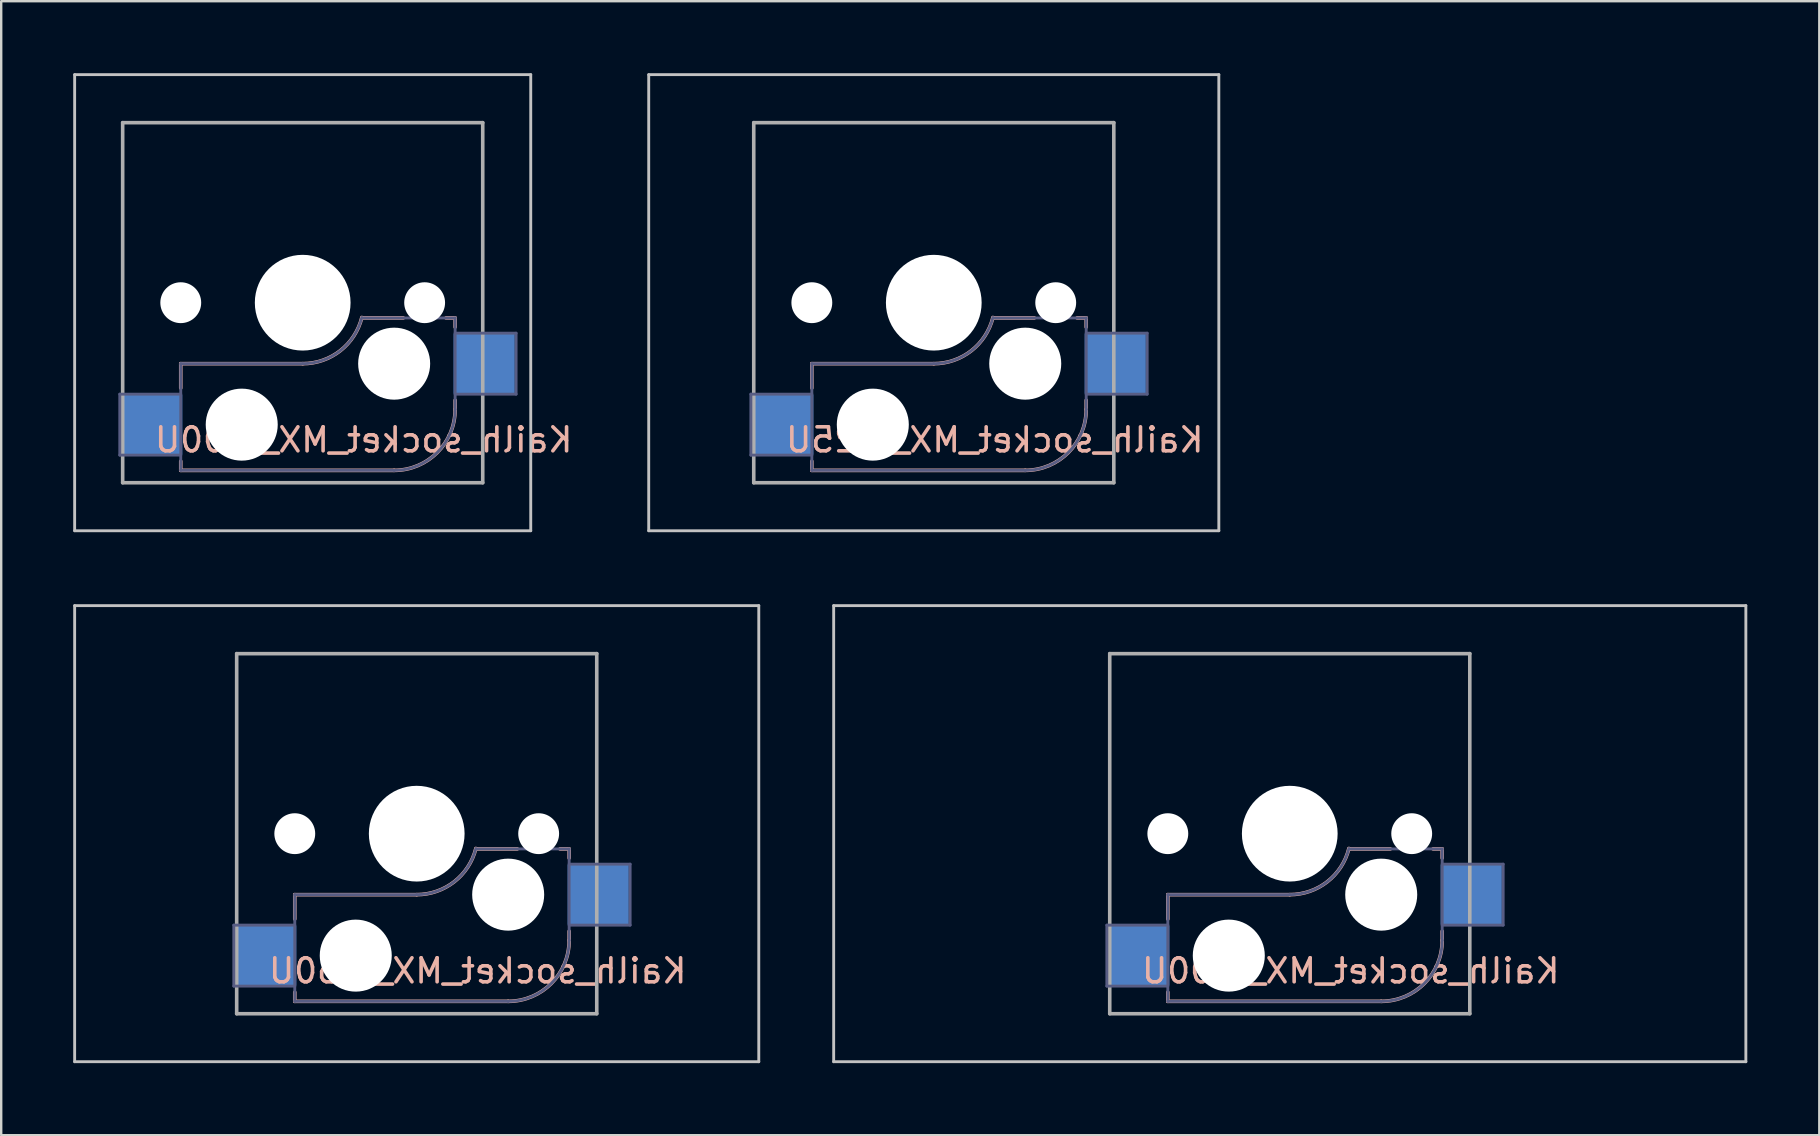
<source format=kicad_pcb>
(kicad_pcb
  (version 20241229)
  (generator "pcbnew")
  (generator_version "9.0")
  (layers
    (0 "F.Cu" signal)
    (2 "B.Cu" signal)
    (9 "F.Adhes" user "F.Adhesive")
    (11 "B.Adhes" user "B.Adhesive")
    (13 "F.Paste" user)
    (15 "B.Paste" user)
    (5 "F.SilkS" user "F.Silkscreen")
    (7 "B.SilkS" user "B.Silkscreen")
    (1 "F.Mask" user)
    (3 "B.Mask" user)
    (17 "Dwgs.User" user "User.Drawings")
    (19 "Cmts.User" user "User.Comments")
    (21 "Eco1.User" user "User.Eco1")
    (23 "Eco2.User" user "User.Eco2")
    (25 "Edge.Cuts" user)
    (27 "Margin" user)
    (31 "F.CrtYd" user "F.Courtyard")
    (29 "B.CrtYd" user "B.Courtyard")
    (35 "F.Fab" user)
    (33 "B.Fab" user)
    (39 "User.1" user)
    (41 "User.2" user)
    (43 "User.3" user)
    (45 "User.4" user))
  (footprint "Kailh_socket_MX_1.50U"
    (layer "F.Cu")
    (at 14.31 31.68)
    (property "Reference" "Kailh_socket_MX_1.50U" (at 2.54 5.715 180) (layer "B.SilkS") (effects (font (size 1 1) (thickness 0.15)) (justify mirror)))
    (attr smd)
    (fp_line (start -5.08 2.54) (end 0 2.54) (stroke (width 0.15) (type solid)) (layer "B.SilkS"))
    (fp_line (start -5.08 3.556) (end -5.08 2.54) (stroke (width 0.15) (type solid)) (layer "B.SilkS"))
    (fp_line (start -5.08 6.985) (end -5.08 6.604) (stroke (width 0.15) (type solid)) (layer "B.SilkS"))
    (fp_line (start 2.464 0.635) (end 4.191 0.635) (stroke (width 0.15) (type solid)) (layer "B.SilkS"))
    (fp_line (start 3.81 6.985) (end -5.08 6.985) (stroke (width 0.15) (type solid)) (layer "B.SilkS"))
    (fp_line (start 5.969 0.635) (end 6.35 0.635) (stroke (width 0.15) (type solid)) (layer "B.SilkS"))
    (fp_line (start 6.35 1.016) (end 6.35 0.635) (stroke (width 0.15) (type solid)) (layer "B.SilkS"))
    (fp_line (start 6.35 4.445) (end 6.35 4.064) (stroke (width 0.15) (type solid)) (layer "B.SilkS"))
    (fp_arc (start 2.464162 0.61604) (mid 1.563147 2.002042) (end 0 2.54) (stroke (width 0.15) (type solid)) (layer "B.SilkS"))
    (fp_arc (start 6.35 4.445) (mid 5.606051 6.241051) (end 3.81 6.985) (stroke (width 0.15) (type solid)) (layer "B.SilkS"))
    (fp_line (start -14.25 -9.5) (end -14.25 9.5) (stroke (width 0.12) (type solid)) (layer "Dwgs.User"))
    (fp_line (start -14.25 -9.5) (end 14.25 -9.5) (stroke (width 0.12) (type solid)) (layer "Dwgs.User"))
    (fp_line (start -14.25 9.5) (end 14.25 9.5) (stroke (width 0.12) (type solid)) (layer "Dwgs.User"))
    (fp_line (start 14.25 -9.5) (end 14.25 9.5) (stroke (width 0.12) (type solid)) (layer "Dwgs.User"))
    (fp_line (start -6.9 6.9) (end -6.9 -6.9) (stroke (width 0.15) (type solid)) (layer "Eco2.User"))
    (fp_line (start -6.9 6.9) (end 6.9 6.9) (stroke (width 0.15) (type solid)) (layer "Eco2.User"))
    (fp_line (start 6.9 -6.9) (end -6.9 -6.9) (stroke (width 0.15) (type solid)) (layer "Eco2.User"))
    (fp_line (start 6.9 -6.9) (end 6.9 6.9) (stroke (width 0.15) (type solid)) (layer "Eco2.User"))
    (fp_line (start -7.62 3.81) (end -5.08 3.81) (stroke (width 0.12) (type solid)) (layer "B.Fab"))
    (fp_line (start -7.62 6.35) (end -7.62 3.81) (stroke (width 0.12) (type solid)) (layer "B.Fab"))
    (fp_line (start -5.08 2.54) (end 0 2.54) (stroke (width 0.12) (type solid)) (layer "B.Fab"))
    (fp_line (start -5.08 6.35) (end -7.62 6.35) (stroke (width 0.12) (type solid)) (layer "B.Fab"))
    (fp_line (start -5.08 6.985) (end -5.08 2.54) (stroke (width 0.12) (type solid)) (layer "B.Fab"))
    (fp_line (start 3.81 6.985) (end -5.08 6.985) (stroke (width 0.12) (type solid)) (layer "B.Fab"))
    (fp_line (start 6.35 0.635) (end 2.54 0.635) (stroke (width 0.12) (type solid)) (layer "B.Fab"))
    (fp_line (start 6.35 0.635) (end 6.35 4.445) (stroke (width 0.12) (type solid)) (layer "B.Fab"))
    (fp_line (start 6.35 1.27) (end 8.89 1.27) (stroke (width 0.12) (type solid)) (layer "B.Fab"))
    (fp_line (start 8.89 1.27) (end 8.89 3.81) (stroke (width 0.12) (type solid)) (layer "B.Fab"))
    (fp_line (start 8.89 3.81) (end 6.35 3.81) (stroke (width 0.12) (type solid)) (layer "B.Fab"))
    (fp_arc (start 2.464162 0.61604) (mid 1.563147 2.002042) (end 0 2.54) (stroke (width 0.12) (type solid)) (layer "B.Fab"))
    (fp_arc (start 6.35 4.445) (mid 5.606051 6.241051) (end 3.81 6.985) (stroke (width 0.12) (type solid)) (layer "B.Fab"))
    (fp_line (start -7.5 -7.5) (end 7.5 -7.5) (stroke (width 0.15) (type solid)) (layer "F.Fab"))
    (fp_line (start -7.5 7.5) (end -7.5 -7.5) (stroke (width 0.15) (type solid)) (layer "F.Fab"))
    (fp_line (start 7.5 -7.5) (end 7.5 7.5) (stroke (width 0.15) (type solid)) (layer "F.Fab"))
    (fp_line (start 7.5 7.5) (end -7.5 7.5) (stroke (width 0.15) (type solid)) (layer "F.Fab"))
    (pad "" np_thru_hole circle (at -5.08 0 180) (size 1.702 1.702) (drill 1.702) (layers "*.Cu" "*.Mask"))
    (pad "" np_thru_hole circle (at -2.54 5.08 180) (size 3 3) (drill 3) (layers "*.Cu" "*.Mask"))
    (pad "" np_thru_hole circle (at 0 0 180) (size 3.988 3.988) (drill 3.988) (layers "*.Cu" "*.Mask"))
    (pad "" np_thru_hole circle (at 3.81 2.54 180) (size 3 3) (drill 3) (layers "*.Cu" "*.Mask"))
    (pad "" np_thru_hole circle (at 5.08 0 180) (size 1.702 1.702) (drill 1.702) (layers "*.Cu" "*.Mask"))
    (pad "1" smd rect (at -6.29 5.08 180) (size 2.55 2.5) (layers "B.Cu" "B.Mask" "B.Paste"))
    (pad "2" smd rect (at 7.56 2.54 180) (size 2.55 2.5) (layers "B.Cu" "B.Mask" "B.Paste")))
  (footprint "Kailh_socket_MX_2.00U"
    (layer "F.Cu")
    (at 50.68 31.68)
    (property "Reference" "Kailh_socket_MX_2.00U" (at 2.54 5.715 180) (layer "B.SilkS") (effects (font (size 1 1) (thickness 0.15)) (justify mirror)))
    (attr smd)
    (fp_line (start -5.08 2.54) (end 0 2.54) (stroke (width 0.15) (type solid)) (layer "B.SilkS"))
    (fp_line (start -5.08 3.556) (end -5.08 2.54) (stroke (width 0.15) (type solid)) (layer "B.SilkS"))
    (fp_line (start -5.08 6.985) (end -5.08 6.604) (stroke (width 0.15) (type solid)) (layer "B.SilkS"))
    (fp_line (start 2.464 0.635) (end 4.191 0.635) (stroke (width 0.15) (type solid)) (layer "B.SilkS"))
    (fp_line (start 3.81 6.985) (end -5.08 6.985) (stroke (width 0.15) (type solid)) (layer "B.SilkS"))
    (fp_line (start 5.969 0.635) (end 6.35 0.635) (stroke (width 0.15) (type solid)) (layer "B.SilkS"))
    (fp_line (start 6.35 1.016) (end 6.35 0.635) (stroke (width 0.15) (type solid)) (layer "B.SilkS"))
    (fp_line (start 6.35 4.445) (end 6.35 4.064) (stroke (width 0.15) (type solid)) (layer "B.SilkS"))
    (fp_arc (start 2.464162 0.61604) (mid 1.563147 2.002042) (end 0 2.54) (stroke (width 0.15) (type solid)) (layer "B.SilkS"))
    (fp_arc (start 6.35 4.445) (mid 5.606051 6.241051) (end 3.81 6.985) (stroke (width 0.15) (type solid)) (layer "B.SilkS"))
    (fp_line (start -19 -9.5) (end -19 9.5) (stroke (width 0.12) (type solid)) (layer "Dwgs.User"))
    (fp_line (start -19 -9.5) (end 19 -9.5) (stroke (width 0.12) (type solid)) (layer "Dwgs.User"))
    (fp_line (start -19 9.5) (end 19 9.5) (stroke (width 0.12) (type solid)) (layer "Dwgs.User"))
    (fp_line (start 19 -9.5) (end 19 9.5) (stroke (width 0.12) (type solid)) (layer "Dwgs.User"))
    (fp_line (start -6.9 6.9) (end -6.9 -6.9) (stroke (width 0.15) (type solid)) (layer "Eco2.User"))
    (fp_line (start -6.9 6.9) (end 6.9 6.9) (stroke (width 0.15) (type solid)) (layer "Eco2.User"))
    (fp_line (start 6.9 -6.9) (end -6.9 -6.9) (stroke (width 0.15) (type solid)) (layer "Eco2.User"))
    (fp_line (start 6.9 -6.9) (end 6.9 6.9) (stroke (width 0.15) (type solid)) (layer "Eco2.User"))
    (fp_line (start -7.62 3.81) (end -5.08 3.81) (stroke (width 0.12) (type solid)) (layer "B.Fab"))
    (fp_line (start -7.62 6.35) (end -7.62 3.81) (stroke (width 0.12) (type solid)) (layer "B.Fab"))
    (fp_line (start -5.08 2.54) (end 0 2.54) (stroke (width 0.12) (type solid)) (layer "B.Fab"))
    (fp_line (start -5.08 6.35) (end -7.62 6.35) (stroke (width 0.12) (type solid)) (layer "B.Fab"))
    (fp_line (start -5.08 6.985) (end -5.08 2.54) (stroke (width 0.12) (type solid)) (layer "B.Fab"))
    (fp_line (start 3.81 6.985) (end -5.08 6.985) (stroke (width 0.12) (type solid)) (layer "B.Fab"))
    (fp_line (start 6.35 0.635) (end 2.54 0.635) (stroke (width 0.12) (type solid)) (layer "B.Fab"))
    (fp_line (start 6.35 0.635) (end 6.35 4.445) (stroke (width 0.12) (type solid)) (layer "B.Fab"))
    (fp_line (start 6.35 1.27) (end 8.89 1.27) (stroke (width 0.12) (type solid)) (layer "B.Fab"))
    (fp_line (start 8.89 1.27) (end 8.89 3.81) (stroke (width 0.12) (type solid)) (layer "B.Fab"))
    (fp_line (start 8.89 3.81) (end 6.35 3.81) (stroke (width 0.12) (type solid)) (layer "B.Fab"))
    (fp_arc (start 2.464162 0.61604) (mid 1.563147 2.002042) (end 0 2.54) (stroke (width 0.12) (type solid)) (layer "B.Fab"))
    (fp_arc (start 6.35 4.445) (mid 5.606051 6.241051) (end 3.81 6.985) (stroke (width 0.12) (type solid)) (layer "B.Fab"))
    (fp_line (start -7.5 -7.5) (end 7.5 -7.5) (stroke (width 0.15) (type solid)) (layer "F.Fab"))
    (fp_line (start -7.5 7.5) (end -7.5 -7.5) (stroke (width 0.15) (type solid)) (layer "F.Fab"))
    (fp_line (start 7.5 -7.5) (end 7.5 7.5) (stroke (width 0.15) (type solid)) (layer "F.Fab"))
    (fp_line (start 7.5 7.5) (end -7.5 7.5) (stroke (width 0.15) (type solid)) (layer "F.Fab"))
    (pad "" np_thru_hole circle (at -5.08 0 180) (size 1.702 1.702) (drill 1.702) (layers "*.Cu" "*.Mask"))
    (pad "" np_thru_hole circle (at -2.54 5.08 180) (size 3 3) (drill 3) (layers "*.Cu" "*.Mask"))
    (pad "" np_thru_hole circle (at 0 0 180) (size 3.988 3.988) (drill 3.988) (layers "*.Cu" "*.Mask"))
    (pad "" np_thru_hole circle (at 3.81 2.54 180) (size 3 3) (drill 3) (layers "*.Cu" "*.Mask"))
    (pad "" np_thru_hole circle (at 5.08 0 180) (size 1.702 1.702) (drill 1.702) (layers "*.Cu" "*.Mask"))
    (pad "1" smd rect (at -6.29 5.08 180) (size 2.55 2.5) (layers "B.Cu" "B.Mask" "B.Paste"))
    (pad "2" smd rect (at 7.56 2.54 180) (size 2.55 2.5) (layers "B.Cu" "B.Mask" "B.Paste")))
  (footprint "Kailh_socket_MX_1.25U"
    (layer "F.Cu")
    (at 35.85 9.56)
    (property "Reference" "Kailh_socket_MX_1.25U" (at 2.54 5.715 180) (layer "B.SilkS") (effects (font (size 1 1) (thickness 0.15)) (justify mirror)))
    (attr smd)
    (fp_line (start -5.08 2.54) (end 0 2.54) (stroke (width 0.15) (type solid)) (layer "B.SilkS"))
    (fp_line (start -5.08 3.556) (end -5.08 2.54) (stroke (width 0.15) (type solid)) (layer "B.SilkS"))
    (fp_line (start -5.08 6.985) (end -5.08 6.604) (stroke (width 0.15) (type solid)) (layer "B.SilkS"))
    (fp_line (start 2.464 0.635) (end 4.191 0.635) (stroke (width 0.15) (type solid)) (layer "B.SilkS"))
    (fp_line (start 3.81 6.985) (end -5.08 6.985) (stroke (width 0.15) (type solid)) (layer "B.SilkS"))
    (fp_line (start 5.969 0.635) (end 6.35 0.635) (stroke (width 0.15) (type solid)) (layer "B.SilkS"))
    (fp_line (start 6.35 1.016) (end 6.35 0.635) (stroke (width 0.15) (type solid)) (layer "B.SilkS"))
    (fp_line (start 6.35 4.445) (end 6.35 4.064) (stroke (width 0.15) (type solid)) (layer "B.SilkS"))
    (fp_arc (start 2.464162 0.61604) (mid 1.563147 2.002042) (end 0 2.54) (stroke (width 0.15) (type solid)) (layer "B.SilkS"))
    (fp_arc (start 6.35 4.445) (mid 5.606051 6.241051) (end 3.81 6.985) (stroke (width 0.15) (type solid)) (layer "B.SilkS"))
    (fp_line (start -11.875 -9.5) (end -11.875 9.5) (stroke (width 0.12) (type solid)) (layer "Dwgs.User"))
    (fp_line (start -11.875 -9.5) (end 11.875 -9.5) (stroke (width 0.12) (type solid)) (layer "Dwgs.User"))
    (fp_line (start -11.875 9.5) (end 11.875 9.5) (stroke (width 0.12) (type solid)) (layer "Dwgs.User"))
    (fp_line (start 11.875 -9.5) (end 11.875 9.5) (stroke (width 0.12) (type solid)) (layer "Dwgs.User"))
    (fp_line (start -6.9 6.9) (end -6.9 -6.9) (stroke (width 0.15) (type solid)) (layer "Eco2.User"))
    (fp_line (start -6.9 6.9) (end 6.9 6.9) (stroke (width 0.15) (type solid)) (layer "Eco2.User"))
    (fp_line (start 6.9 -6.9) (end -6.9 -6.9) (stroke (width 0.15) (type solid)) (layer "Eco2.User"))
    (fp_line (start 6.9 -6.9) (end 6.9 6.9) (stroke (width 0.15) (type solid)) (layer "Eco2.User"))
    (fp_line (start -7.62 3.81) (end -5.08 3.81) (stroke (width 0.12) (type solid)) (layer "B.Fab"))
    (fp_line (start -7.62 6.35) (end -7.62 3.81) (stroke (width 0.12) (type solid)) (layer "B.Fab"))
    (fp_line (start -5.08 2.54) (end 0 2.54) (stroke (width 0.12) (type solid)) (layer "B.Fab"))
    (fp_line (start -5.08 6.35) (end -7.62 6.35) (stroke (width 0.12) (type solid)) (layer "B.Fab"))
    (fp_line (start -5.08 6.985) (end -5.08 2.54) (stroke (width 0.12) (type solid)) (layer "B.Fab"))
    (fp_line (start 3.81 6.985) (end -5.08 6.985) (stroke (width 0.12) (type solid)) (layer "B.Fab"))
    (fp_line (start 6.35 0.635) (end 2.54 0.635) (stroke (width 0.12) (type solid)) (layer "B.Fab"))
    (fp_line (start 6.35 0.635) (end 6.35 4.445) (stroke (width 0.12) (type solid)) (layer "B.Fab"))
    (fp_line (start 6.35 1.27) (end 8.89 1.27) (stroke (width 0.12) (type solid)) (layer "B.Fab"))
    (fp_line (start 8.89 1.27) (end 8.89 3.81) (stroke (width 0.12) (type solid)) (layer "B.Fab"))
    (fp_line (start 8.89 3.81) (end 6.35 3.81) (stroke (width 0.12) (type solid)) (layer "B.Fab"))
    (fp_arc (start 2.464162 0.61604) (mid 1.563147 2.002042) (end 0 2.54) (stroke (width 0.12) (type solid)) (layer "B.Fab"))
    (fp_arc (start 6.35 4.445) (mid 5.606051 6.241051) (end 3.81 6.985) (stroke (width 0.12) (type solid)) (layer "B.Fab"))
    (fp_line (start -7.5 -7.5) (end 7.5 -7.5) (stroke (width 0.15) (type solid)) (layer "F.Fab"))
    (fp_line (start -7.5 7.5) (end -7.5 -7.5) (stroke (width 0.15) (type solid)) (layer "F.Fab"))
    (fp_line (start 7.5 -7.5) (end 7.5 7.5) (stroke (width 0.15) (type solid)) (layer "F.Fab"))
    (fp_line (start 7.5 7.5) (end -7.5 7.5) (stroke (width 0.15) (type solid)) (layer "F.Fab"))
    (pad "" np_thru_hole circle (at -5.08 0 180) (size 1.702 1.702) (drill 1.702) (layers "*.Cu" "*.Mask"))
    (pad "" np_thru_hole circle (at -2.54 5.08 180) (size 3 3) (drill 3) (layers "*.Cu" "*.Mask"))
    (pad "" np_thru_hole circle (at 0 0 180) (size 3.988 3.988) (drill 3.988) (layers "*.Cu" "*.Mask"))
    (pad "" np_thru_hole circle (at 3.81 2.54 180) (size 3 3) (drill 3) (layers "*.Cu" "*.Mask"))
    (pad "" np_thru_hole circle (at 5.08 0 180) (size 1.702 1.702) (drill 1.702) (layers "*.Cu" "*.Mask"))
    (pad "1" smd rect (at -6.29 5.08 180) (size 2.55 2.5) (layers "B.Cu" "B.Mask" "B.Paste"))
    (pad "2" smd rect (at 7.56 2.54 180) (size 2.55 2.5) (layers "B.Cu" "B.Mask" "B.Paste")))
  (footprint "Kailh_socket_MX_1.00U"
    (layer "F.Cu")
    (at 9.56 9.56)
    (property "Reference" "Kailh_socket_MX_1.00U" (at 2.54 5.715 180) (layer "B.SilkS") (effects (font (size 1 1) (thickness 0.15)) (justify mirror)))
    (attr smd)
    (fp_line (start -5.08 2.54) (end 0 2.54) (stroke (width 0.15) (type solid)) (layer "B.SilkS"))
    (fp_line (start -5.08 3.556) (end -5.08 2.54) (stroke (width 0.15) (type solid)) (layer "B.SilkS"))
    (fp_line (start -5.08 6.985) (end -5.08 6.604) (stroke (width 0.15) (type solid)) (layer "B.SilkS"))
    (fp_line (start 2.464 0.635) (end 4.191 0.635) (stroke (width 0.15) (type solid)) (layer "B.SilkS"))
    (fp_line (start 3.81 6.985) (end -5.08 6.985) (stroke (width 0.15) (type solid)) (layer "B.SilkS"))
    (fp_line (start 5.969 0.635) (end 6.35 0.635) (stroke (width 0.15) (type solid)) (layer "B.SilkS"))
    (fp_line (start 6.35 1.016) (end 6.35 0.635) (stroke (width 0.15) (type solid)) (layer "B.SilkS"))
    (fp_line (start 6.35 4.445) (end 6.35 4.064) (stroke (width 0.15) (type solid)) (layer "B.SilkS"))
    (fp_arc (start 2.464162 0.61604) (mid 1.563147 2.002042) (end 0 2.54) (stroke (width 0.15) (type solid)) (layer "B.SilkS"))
    (fp_arc (start 6.35 4.445) (mid 5.606051 6.241051) (end 3.81 6.985) (stroke (width 0.15) (type solid)) (layer "B.SilkS"))
    (fp_line (start -9.5 -9.5) (end -9.5 9.5) (stroke (width 0.12) (type solid)) (layer "Dwgs.User"))
    (fp_line (start -9.5 -9.5) (end 9.5 -9.5) (stroke (width 0.12) (type solid)) (layer "Dwgs.User"))
    (fp_line (start -9.5 9.5) (end 9.5 9.5) (stroke (width 0.12) (type solid)) (layer "Dwgs.User"))
    (fp_line (start 9.5 -9.5) (end 9.5 9.5) (stroke (width 0.12) (type solid)) (layer "Dwgs.User"))
    (fp_line (start -6.9 6.9) (end -6.9 -6.9) (stroke (width 0.15) (type solid)) (layer "Eco2.User"))
    (fp_line (start -6.9 6.9) (end 6.9 6.9) (stroke (width 0.15) (type solid)) (layer "Eco2.User"))
    (fp_line (start 6.9 -6.9) (end -6.9 -6.9) (stroke (width 0.15) (type solid)) (layer "Eco2.User"))
    (fp_line (start 6.9 -6.9) (end 6.9 6.9) (stroke (width 0.15) (type solid)) (layer "Eco2.User"))
    (fp_line (start -7.62 3.81) (end -5.08 3.81) (stroke (width 0.12) (type solid)) (layer "B.Fab"))
    (fp_line (start -7.62 6.35) (end -7.62 3.81) (stroke (width 0.12) (type solid)) (layer "B.Fab"))
    (fp_line (start -5.08 2.54) (end 0 2.54) (stroke (width 0.12) (type solid)) (layer "B.Fab"))
    (fp_line (start -5.08 6.35) (end -7.62 6.35) (stroke (width 0.12) (type solid)) (layer "B.Fab"))
    (fp_line (start -5.08 6.985) (end -5.08 2.54) (stroke (width 0.12) (type solid)) (layer "B.Fab"))
    (fp_line (start 3.81 6.985) (end -5.08 6.985) (stroke (width 0.12) (type solid)) (layer "B.Fab"))
    (fp_line (start 6.35 0.635) (end 2.54 0.635) (stroke (width 0.12) (type solid)) (layer "B.Fab"))
    (fp_line (start 6.35 0.635) (end 6.35 4.445) (stroke (width 0.12) (type solid)) (layer "B.Fab"))
    (fp_line (start 6.35 1.27) (end 8.89 1.27) (stroke (width 0.12) (type solid)) (layer "B.Fab"))
    (fp_line (start 8.89 1.27) (end 8.89 3.81) (stroke (width 0.12) (type solid)) (layer "B.Fab"))
    (fp_line (start 8.89 3.81) (end 6.35 3.81) (stroke (width 0.12) (type solid)) (layer "B.Fab"))
    (fp_arc (start 2.464162 0.61604) (mid 1.563147 2.002042) (end 0 2.54) (stroke (width 0.12) (type solid)) (layer "B.Fab"))
    (fp_arc (start 6.35 4.445) (mid 5.606051 6.241051) (end 3.81 6.985) (stroke (width 0.12) (type solid)) (layer "B.Fab"))
    (fp_line (start -7.5 -7.5) (end 7.5 -7.5) (stroke (width 0.15) (type solid)) (layer "F.Fab"))
    (fp_line (start -7.5 7.5) (end -7.5 -7.5) (stroke (width 0.15) (type solid)) (layer "F.Fab"))
    (fp_line (start 7.5 -7.5) (end 7.5 7.5) (stroke (width 0.15) (type solid)) (layer "F.Fab"))
    (fp_line (start 7.5 7.5) (end -7.5 7.5) (stroke (width 0.15) (type solid)) (layer "F.Fab"))
    (pad "" np_thru_hole circle (at -5.08 0 180) (size 1.702 1.702) (drill 1.702) (layers "*.Cu" "*.Mask"))
    (pad "" np_thru_hole circle (at -2.54 5.08 180) (size 3 3) (drill 3) (layers "*.Cu" "*.Mask"))
    (pad "" np_thru_hole circle (at 0 0 180) (size 3.988 3.988) (drill 3.988) (layers "*.Cu" "*.Mask"))
    (pad "" np_thru_hole circle (at 3.81 2.54 180) (size 3 3) (drill 3) (layers "*.Cu" "*.Mask"))
    (pad "" np_thru_hole circle (at 5.08 0 180) (size 1.702 1.702) (drill 1.702) (layers "*.Cu" "*.Mask"))
    (pad "1" smd rect (at -6.29 5.08 180) (size 2.55 2.5) (layers "B.Cu" "B.Mask" "B.Paste"))
    (pad "2" smd rect (at 7.56 2.54 180) (size 2.55 2.5) (layers "B.Cu" "B.Mask" "B.Paste")))
  (gr_rect
    (start -3 -3)
    (end 72.74 44.24)
    (stroke (width 0.1) (type default))
    (fill no)
    (layer "Edge.Cuts")))
</source>
